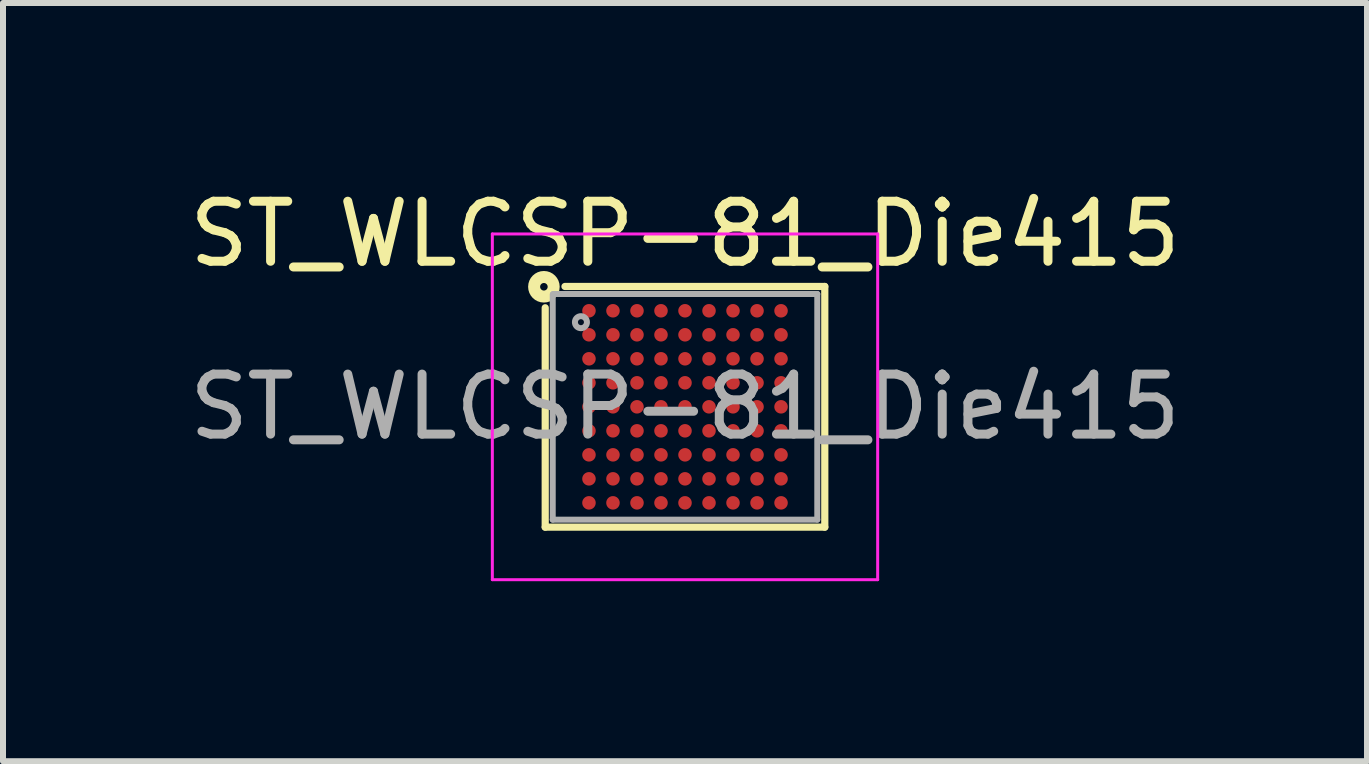
<source format=kicad_pcb>
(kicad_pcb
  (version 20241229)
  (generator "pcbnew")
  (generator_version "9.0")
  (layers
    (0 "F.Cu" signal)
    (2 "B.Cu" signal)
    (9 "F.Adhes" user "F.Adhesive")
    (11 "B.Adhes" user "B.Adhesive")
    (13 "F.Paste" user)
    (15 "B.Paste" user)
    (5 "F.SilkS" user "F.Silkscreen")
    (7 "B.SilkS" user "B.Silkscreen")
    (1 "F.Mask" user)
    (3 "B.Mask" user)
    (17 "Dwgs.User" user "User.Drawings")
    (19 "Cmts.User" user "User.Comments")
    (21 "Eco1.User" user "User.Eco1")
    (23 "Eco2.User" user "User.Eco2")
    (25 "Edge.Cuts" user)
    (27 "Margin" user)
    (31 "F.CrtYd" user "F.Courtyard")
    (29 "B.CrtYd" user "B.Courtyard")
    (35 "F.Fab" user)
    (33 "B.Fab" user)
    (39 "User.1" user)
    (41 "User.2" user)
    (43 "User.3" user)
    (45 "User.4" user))
  (footprint "ST_WLCSP-81_Die415"
    (layer "F.Cu")
    (at 8.363 3.728)
    (property "Reference" "ST_WLCSP-81_Die415" (at 0 -2.88 0) (layer "F.SilkS") (effects (font (size 1 1) (thickness 0.15))))
    (attr smd)
    (fp_line (start -2.329 2.005) (end -2.329 -1.65) (stroke (width 0.12) (type solid)) (layer "F.SilkS"))
    (fp_line (start -2 -2.005) (end 2.329 -2.005) (stroke (width 0.12) (type solid)) (layer "F.SilkS"))
    (fp_line (start 2.329 -2.005) (end 2.329 2.005) (stroke (width 0.12) (type solid)) (layer "F.SilkS"))
    (fp_line (start 2.329 2.005) (end -2.329 2.005) (stroke (width 0.12) (type solid)) (layer "F.SilkS"))
    (fp_circle (center -2.351 -2) (end -2.288 -2) (stroke (width 0.2) (type solid)) (fill no) (layer "F.SilkS"))
    (fp_line (start -3.21 -2.88) (end -3.21 2.88) (stroke (width 0.05) (type solid)) (layer "F.CrtYd"))
    (fp_line (start -3.21 2.88) (end 3.21 2.88) (stroke (width 0.05) (type solid)) (layer "F.CrtYd"))
    (fp_line (start 3.21 -2.88) (end -3.21 -2.88) (stroke (width 0.05) (type solid)) (layer "F.CrtYd"))
    (fp_line (start 3.21 2.88) (end 3.21 -2.88) (stroke (width 0.05) (type solid)) (layer "F.CrtYd"))
    (fp_line (start -2.204 1.88) (end -2.204 -1.87) (stroke (width 0.1) (type solid)) (layer "F.Fab"))
    (fp_line (start -2.2 -1.88) (end 2.204 -1.88) (stroke (width 0.1) (type solid)) (layer "F.Fab"))
    (fp_line (start 2.204 -1.88) (end 2.204 1.88) (stroke (width 0.1) (type solid)) (layer "F.Fab"))
    (fp_line (start 2.204 1.88) (end -2.204 1.88) (stroke (width 0.1) (type solid)) (layer "F.Fab"))
    (fp_circle (center -1.734 -1.41) (end -1.634 -1.41) (stroke (width 0.1) (type solid)) (fill no) (layer "F.Fab"))
    (fp_text user "${REFERENCE}" (at 0 0 0) (layer "F.Fab") (effects (font (size 1 1) (thickness 0.15))))
    (pad "A1" smd circle (at -1.6 -1.6) (size 0.225 0.225) (layers "F.Cu" "F.Mask" "F.Paste"))
    (pad "A2" smd circle (at -1.2 -1.6) (size 0.225 0.225) (layers "F.Cu" "F.Mask" "F.Paste"))
    (pad "A3" smd circle (at -0.8 -1.6) (size 0.225 0.225) (layers "F.Cu" "F.Mask" "F.Paste"))
    (pad "A4" smd circle (at -0.4 -1.6) (size 0.225 0.225) (layers "F.Cu" "F.Mask" "F.Paste"))
    (pad "A5" smd circle (at 0 -1.6) (size 0.225 0.225) (layers "F.Cu" "F.Mask" "F.Paste"))
    (pad "A6" smd circle (at 0.4 -1.6) (size 0.225 0.225) (layers "F.Cu" "F.Mask" "F.Paste"))
    (pad "A7" smd circle (at 0.8 -1.6) (size 0.225 0.225) (layers "F.Cu" "F.Mask" "F.Paste"))
    (pad "A8" smd circle (at 1.2 -1.6) (size 0.225 0.225) (layers "F.Cu" "F.Mask" "F.Paste"))
    (pad "A9" smd circle (at 1.6 -1.6) (size 0.225 0.225) (layers "F.Cu" "F.Mask" "F.Paste"))
    (pad "B1" smd circle (at -1.6 -1.2) (size 0.225 0.225) (layers "F.Cu" "F.Mask" "F.Paste"))
    (pad "B2" smd circle (at -1.2 -1.2) (size 0.225 0.225) (layers "F.Cu" "F.Mask" "F.Paste"))
    (pad "B3" smd circle (at -0.8 -1.2) (size 0.225 0.225) (layers "F.Cu" "F.Mask" "F.Paste"))
    (pad "B4" smd circle (at -0.4 -1.2) (size 0.225 0.225) (layers "F.Cu" "F.Mask" "F.Paste"))
    (pad "B5" smd circle (at 0 -1.2) (size 0.225 0.225) (layers "F.Cu" "F.Mask" "F.Paste"))
    (pad "B6" smd circle (at 0.4 -1.2) (size 0.225 0.225) (layers "F.Cu" "F.Mask" "F.Paste"))
    (pad "B7" smd circle (at 0.8 -1.2) (size 0.225 0.225) (layers "F.Cu" "F.Mask" "F.Paste"))
    (pad "B8" smd circle (at 1.2 -1.2) (size 0.225 0.225) (layers "F.Cu" "F.Mask" "F.Paste"))
    (pad "B9" smd circle (at 1.6 -1.2) (size 0.225 0.225) (layers "F.Cu" "F.Mask" "F.Paste"))
    (pad "C1" smd circle (at -1.6 -0.8) (size 0.225 0.225) (layers "F.Cu" "F.Mask" "F.Paste"))
    (pad "C2" smd circle (at -1.2 -0.8) (size 0.225 0.225) (layers "F.Cu" "F.Mask" "F.Paste"))
    (pad "C3" smd circle (at -0.8 -0.8) (size 0.225 0.225) (layers "F.Cu" "F.Mask" "F.Paste"))
    (pad "C4" smd circle (at -0.4 -0.8) (size 0.225 0.225) (layers "F.Cu" "F.Mask" "F.Paste"))
    (pad "C5" smd circle (at 0 -0.8) (size 0.225 0.225) (layers "F.Cu" "F.Mask" "F.Paste"))
    (pad "C6" smd circle (at 0.4 -0.8) (size 0.225 0.225) (layers "F.Cu" "F.Mask" "F.Paste"))
    (pad "C7" smd circle (at 0.8 -0.8) (size 0.225 0.225) (layers "F.Cu" "F.Mask" "F.Paste"))
    (pad "C8" smd circle (at 1.2 -0.8) (size 0.225 0.225) (layers "F.Cu" "F.Mask" "F.Paste"))
    (pad "C9" smd circle (at 1.6 -0.8) (size 0.225 0.225) (layers "F.Cu" "F.Mask" "F.Paste"))
    (pad "D1" smd circle (at -1.6 -0.4) (size 0.225 0.225) (layers "F.Cu" "F.Mask" "F.Paste"))
    (pad "D2" smd circle (at -1.2 -0.4) (size 0.225 0.225) (layers "F.Cu" "F.Mask" "F.Paste"))
    (pad "D3" smd circle (at -0.8 -0.4) (size 0.225 0.225) (layers "F.Cu" "F.Mask" "F.Paste"))
    (pad "D4" smd circle (at -0.4 -0.4) (size 0.225 0.225) (layers "F.Cu" "F.Mask" "F.Paste"))
    (pad "D5" smd circle (at 0 -0.4) (size 0.225 0.225) (layers "F.Cu" "F.Mask" "F.Paste"))
    (pad "D6" smd circle (at 0.4 -0.4) (size 0.225 0.225) (layers "F.Cu" "F.Mask" "F.Paste"))
    (pad "D7" smd circle (at 0.8 -0.4) (size 0.225 0.225) (layers "F.Cu" "F.Mask" "F.Paste"))
    (pad "D8" smd circle (at 1.2 -0.4) (size 0.225 0.225) (layers "F.Cu" "F.Mask" "F.Paste"))
    (pad "D9" smd circle (at 1.6 -0.4) (size 0.225 0.225) (layers "F.Cu" "F.Mask" "F.Paste"))
    (pad "E1" smd circle (at -1.6 0) (size 0.225 0.225) (layers "F.Cu" "F.Mask" "F.Paste"))
    (pad "E2" smd circle (at -1.2 0) (size 0.225 0.225) (layers "F.Cu" "F.Mask" "F.Paste"))
    (pad "E3" smd circle (at -0.8 0) (size 0.225 0.225) (layers "F.Cu" "F.Mask" "F.Paste"))
    (pad "E4" smd circle (at -0.4 0) (size 0.225 0.225) (layers "F.Cu" "F.Mask" "F.Paste"))
    (pad "E5" smd circle (at 0 0) (size 0.225 0.225) (layers "F.Cu" "F.Mask" "F.Paste"))
    (pad "E6" smd circle (at 0.4 0) (size 0.225 0.225) (layers "F.Cu" "F.Mask" "F.Paste"))
    (pad "E7" smd circle (at 0.8 0) (size 0.225 0.225) (layers "F.Cu" "F.Mask" "F.Paste"))
    (pad "E8" smd circle (at 1.2 0) (size 0.225 0.225) (layers "F.Cu" "F.Mask" "F.Paste"))
    (pad "E9" smd circle (at 1.6 0) (size 0.225 0.225) (layers "F.Cu" "F.Mask" "F.Paste"))
    (pad "F1" smd circle (at -1.6 0.4) (size 0.225 0.225) (layers "F.Cu" "F.Mask" "F.Paste"))
    (pad "F2" smd circle (at -1.2 0.4) (size 0.225 0.225) (layers "F.Cu" "F.Mask" "F.Paste"))
    (pad "F3" smd circle (at -0.8 0.4) (size 0.225 0.225) (layers "F.Cu" "F.Mask" "F.Paste"))
    (pad "F4" smd circle (at -0.4 0.4) (size 0.225 0.225) (layers "F.Cu" "F.Mask" "F.Paste"))
    (pad "F5" smd circle (at 0 0.4) (size 0.225 0.225) (layers "F.Cu" "F.Mask" "F.Paste"))
    (pad "F6" smd circle (at 0.4 0.4) (size 0.225 0.225) (layers "F.Cu" "F.Mask" "F.Paste"))
    (pad "F7" smd circle (at 0.8 0.4) (size 0.225 0.225) (layers "F.Cu" "F.Mask" "F.Paste"))
    (pad "F8" smd circle (at 1.2 0.4) (size 0.225 0.225) (layers "F.Cu" "F.Mask" "F.Paste"))
    (pad "F9" smd circle (at 1.6 0.4) (size 0.225 0.225) (layers "F.Cu" "F.Mask" "F.Paste"))
    (pad "G1" smd circle (at -1.6 0.8) (size 0.225 0.225) (layers "F.Cu" "F.Mask" "F.Paste"))
    (pad "G2" smd circle (at -1.2 0.8) (size 0.225 0.225) (layers "F.Cu" "F.Mask" "F.Paste"))
    (pad "G3" smd circle (at -0.8 0.8) (size 0.225 0.225) (layers "F.Cu" "F.Mask" "F.Paste"))
    (pad "G4" smd circle (at -0.4 0.8) (size 0.225 0.225) (layers "F.Cu" "F.Mask" "F.Paste"))
    (pad "G5" smd circle (at 0 0.8) (size 0.225 0.225) (layers "F.Cu" "F.Mask" "F.Paste"))
    (pad "G6" smd circle (at 0.4 0.8) (size 0.225 0.225) (layers "F.Cu" "F.Mask" "F.Paste"))
    (pad "G7" smd circle (at 0.8 0.8) (size 0.225 0.225) (layers "F.Cu" "F.Mask" "F.Paste"))
    (pad "G8" smd circle (at 1.2 0.8) (size 0.225 0.225) (layers "F.Cu" "F.Mask" "F.Paste"))
    (pad "G9" smd circle (at 1.6 0.8) (size 0.225 0.225) (layers "F.Cu" "F.Mask" "F.Paste"))
    (pad "H1" smd circle (at -1.6 1.2) (size 0.225 0.225) (layers "F.Cu" "F.Mask" "F.Paste"))
    (pad "H2" smd circle (at -1.2 1.2) (size 0.225 0.225) (layers "F.Cu" "F.Mask" "F.Paste"))
    (pad "H3" smd circle (at -0.8 1.2) (size 0.225 0.225) (layers "F.Cu" "F.Mask" "F.Paste"))
    (pad "H4" smd circle (at -0.4 1.2) (size 0.225 0.225) (layers "F.Cu" "F.Mask" "F.Paste"))
    (pad "H5" smd circle (at 0 1.2) (size 0.225 0.225) (layers "F.Cu" "F.Mask" "F.Paste"))
    (pad "H6" smd circle (at 0.4 1.2) (size 0.225 0.225) (layers "F.Cu" "F.Mask" "F.Paste"))
    (pad "H7" smd circle (at 0.8 1.2) (size 0.225 0.225) (layers "F.Cu" "F.Mask" "F.Paste"))
    (pad "H8" smd circle (at 1.2 1.2) (size 0.225 0.225) (layers "F.Cu" "F.Mask" "F.Paste"))
    (pad "H9" smd circle (at 1.6 1.2) (size 0.225 0.225) (layers "F.Cu" "F.Mask" "F.Paste"))
    (pad "J1" smd circle (at -1.6 1.6) (size 0.225 0.225) (layers "F.Cu" "F.Mask" "F.Paste"))
    (pad "J2" smd circle (at -1.2 1.6) (size 0.225 0.225) (layers "F.Cu" "F.Mask" "F.Paste"))
    (pad "J3" smd circle (at -0.8 1.6) (size 0.225 0.225) (layers "F.Cu" "F.Mask" "F.Paste"))
    (pad "J4" smd circle (at -0.4 1.6) (size 0.225 0.225) (layers "F.Cu" "F.Mask" "F.Paste"))
    (pad "J5" smd circle (at 0 1.6) (size 0.225 0.225) (layers "F.Cu" "F.Mask" "F.Paste"))
    (pad "J6" smd circle (at 0.4 1.6) (size 0.225 0.225) (layers "F.Cu" "F.Mask" "F.Paste"))
    (pad "J7" smd circle (at 0.8 1.6) (size 0.225 0.225) (layers "F.Cu" "F.Mask" "F.Paste"))
    (pad "J8" smd circle (at 1.2 1.6) (size 0.225 0.225) (layers "F.Cu" "F.Mask" "F.Paste"))
    (pad "J9" smd circle (at 1.6 1.6) (size 0.225 0.225) (layers "F.Cu" "F.Mask" "F.Paste")))
  (gr_rect
    (start -3 -3)
    (end 19.726 9.633)
    (stroke (width 0.1) (type default))
    (fill no)
    (layer "Edge.Cuts")))
</source>
